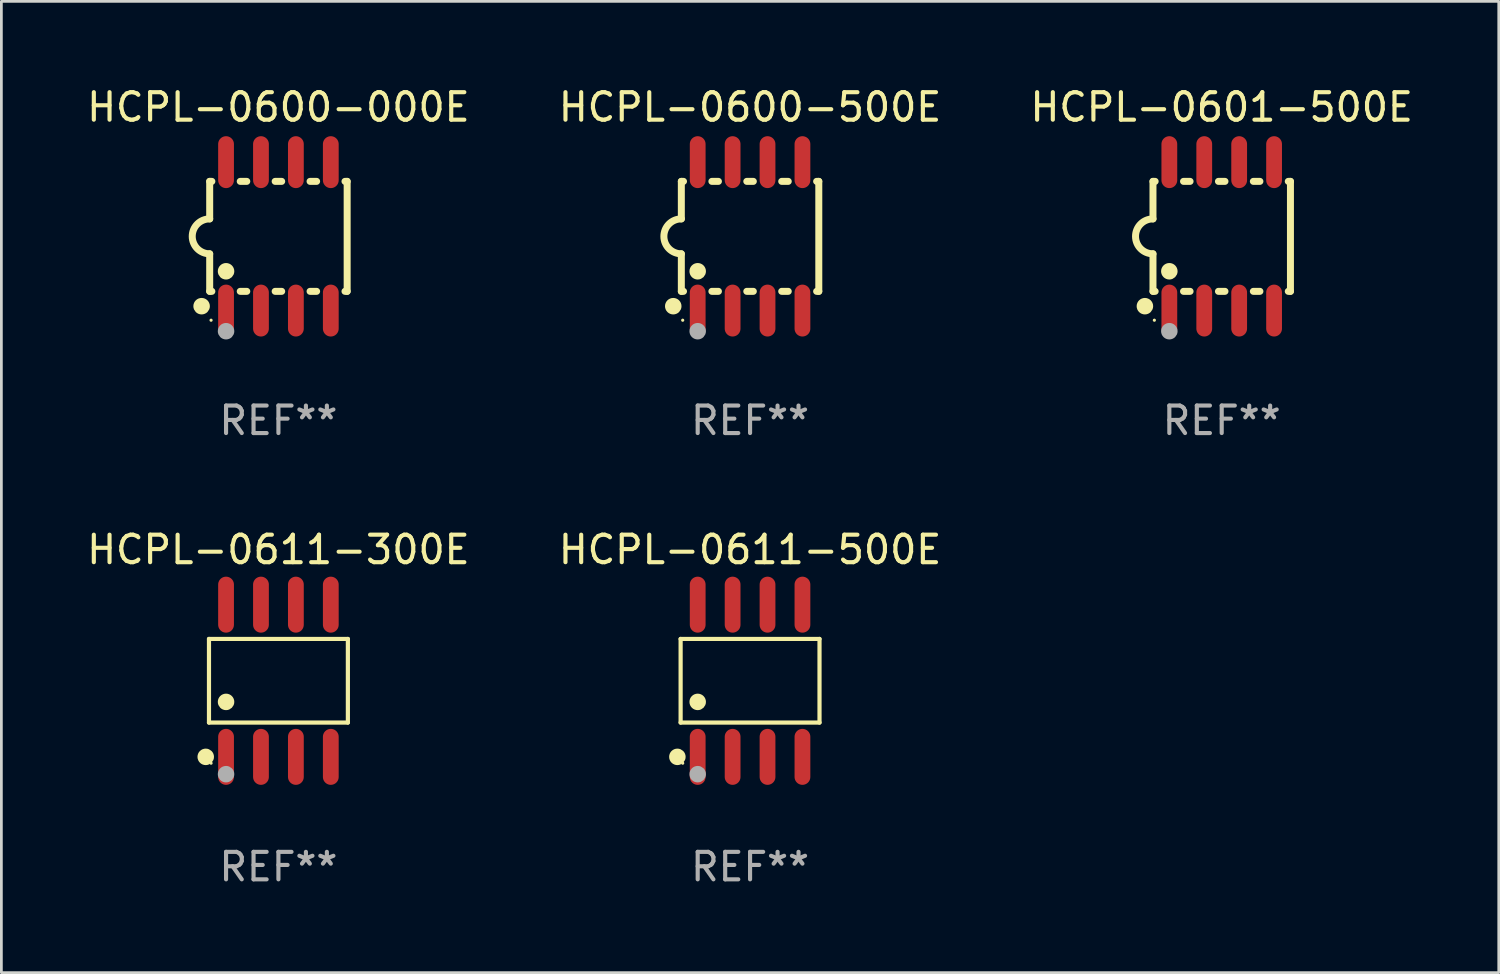
<source format=kicad_pcb>
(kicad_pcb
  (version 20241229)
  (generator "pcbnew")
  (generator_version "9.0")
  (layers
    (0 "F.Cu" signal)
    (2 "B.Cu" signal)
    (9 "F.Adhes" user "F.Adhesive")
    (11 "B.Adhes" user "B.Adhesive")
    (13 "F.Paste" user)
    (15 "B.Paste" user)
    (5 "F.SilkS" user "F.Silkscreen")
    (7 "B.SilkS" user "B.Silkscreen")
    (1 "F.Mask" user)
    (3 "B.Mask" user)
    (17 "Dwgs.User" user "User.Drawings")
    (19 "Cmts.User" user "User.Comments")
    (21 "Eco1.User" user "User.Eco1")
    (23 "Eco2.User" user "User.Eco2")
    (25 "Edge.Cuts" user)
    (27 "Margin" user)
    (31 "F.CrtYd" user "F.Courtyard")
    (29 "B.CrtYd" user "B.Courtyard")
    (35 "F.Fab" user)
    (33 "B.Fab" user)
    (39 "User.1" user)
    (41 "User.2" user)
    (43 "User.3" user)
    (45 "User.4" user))
  (footprint "HCPL-0601-500E"
    (layer "F.Cu")
    (at 41.387 5.547)
    (property "Reference" "HCPL-0601-500E" (at 0 -4.699 0) (layer "F.SilkS") (effects (font (size 1 1) (thickness 0.15))))
    (attr through_hole)
    (fp_line (start -2.5 -2) (end -2.5 -0.635) (stroke (width 0.254) (type solid)) (layer "F.SilkS"))
    (fp_line (start -2.5 -2) (end -2.421 -2) (stroke (width 0.254) (type solid)) (layer "F.SilkS"))
    (fp_line (start -2.5 2) (end -2.5 0.635) (stroke (width 0.254) (type solid)) (layer "F.SilkS"))
    (fp_line (start -2.5 2) (end -2.421 2) (stroke (width 0.254) (type solid)) (layer "F.SilkS"))
    (fp_line (start -1.389 -2) (end -1.151 -2) (stroke (width 0.254) (type solid)) (layer "F.SilkS"))
    (fp_line (start -1.389 2) (end -1.151 2) (stroke (width 0.254) (type solid)) (layer "F.SilkS"))
    (fp_line (start -0.119 -2) (end 0.119 -2) (stroke (width 0.254) (type solid)) (layer "F.SilkS"))
    (fp_line (start -0.119 2) (end 0.119 2) (stroke (width 0.254) (type solid)) (layer "F.SilkS"))
    (fp_line (start 1.151 -2) (end 1.389 -2) (stroke (width 0.254) (type solid)) (layer "F.SilkS"))
    (fp_line (start 1.151 2) (end 1.389 2) (stroke (width 0.254) (type solid)) (layer "F.SilkS"))
    (fp_line (start 2.421 -2) (end 2.5 -2) (stroke (width 0.254) (type solid)) (layer "F.SilkS"))
    (fp_line (start 2.421 2) (end 2.5 2) (stroke (width 0.254) (type solid)) (layer "F.SilkS"))
    (fp_line (start 2.5 -2) (end 2.5 2) (stroke (width 0.254) (type solid)) (layer "F.SilkS"))
    (fp_arc (start -2.5 0.635001) (mid -3.134366 -0.000318) (end -2.499365 -0.635001) (stroke (width 0.254001) (type solid)) (layer "F.SilkS"))
    (fp_circle (center -2.794 2.54) (end -2.644 2.54) (stroke (width 0.3) (type solid)) (fill no) (layer "F.SilkS"))
    (fp_circle (center -2.45 3.05) (end -2.42 3.05) (stroke (width 0.06) (type solid)) (fill no) (layer "F.SilkS"))
    (fp_circle (center -1.905 1.27) (end -1.755 1.27) (stroke (width 0.3) (type solid)) (fill no) (layer "F.SilkS"))
    (fp_circle (center -1.905 3.45) (end -1.755 3.45) (stroke (width 0.3) (type solid)) (fill no) (layer "F.Fab"))
    (fp_text user "REF**" (at 0 6.699 0) (layer "F.Fab") (effects (font (size 1 1) (thickness 0.15))))
    (pad "1" smd oval (at -1.905 2.699) (size 0.574 1.888) (layers "F.Cu" "F.Mask" "F.Paste"))
    (pad "2" smd oval (at -0.635 2.699) (size 0.574 1.888) (layers "F.Cu" "F.Mask" "F.Paste"))
    (pad "3" smd oval (at 0.635 2.699) (size 0.574 1.888) (layers "F.Cu" "F.Mask" "F.Paste"))
    (pad "4" smd oval (at 1.905 2.699) (size 0.574 1.888) (layers "F.Cu" "F.Mask" "F.Paste"))
    (pad "5" smd oval (at 1.905 -2.699) (size 0.574 1.888) (layers "F.Cu" "F.Mask" "F.Paste"))
    (pad "6" smd oval (at 0.635 -2.699) (size 0.574 1.888) (layers "F.Cu" "F.Mask" "F.Paste"))
    (pad "7" smd oval (at -0.635 -2.699) (size 0.574 1.888) (layers "F.Cu" "F.Mask" "F.Paste"))
    (pad "8" smd oval (at -1.905 -2.699) (size 0.574 1.888) (layers "F.Cu" "F.Mask" "F.Paste")))
  (footprint "HCPL-0600-500E"
    (layer "F.Cu")
    (at 24.232 5.547)
    (property "Reference" "HCPL-0600-500E" (at 0 -4.699 0) (layer "F.SilkS") (effects (font (size 1 1) (thickness 0.15))))
    (attr through_hole)
    (fp_line (start -2.5 -2) (end -2.5 -0.635) (stroke (width 0.254) (type solid)) (layer "F.SilkS"))
    (fp_line (start -2.5 -2) (end -2.421 -2) (stroke (width 0.254) (type solid)) (layer "F.SilkS"))
    (fp_line (start -2.5 2) (end -2.5 0.635) (stroke (width 0.254) (type solid)) (layer "F.SilkS"))
    (fp_line (start -2.5 2) (end -2.421 2) (stroke (width 0.254) (type solid)) (layer "F.SilkS"))
    (fp_line (start -1.389 -2) (end -1.151 -2) (stroke (width 0.254) (type solid)) (layer "F.SilkS"))
    (fp_line (start -1.389 2) (end -1.151 2) (stroke (width 0.254) (type solid)) (layer "F.SilkS"))
    (fp_line (start -0.119 -2) (end 0.119 -2) (stroke (width 0.254) (type solid)) (layer "F.SilkS"))
    (fp_line (start -0.119 2) (end 0.119 2) (stroke (width 0.254) (type solid)) (layer "F.SilkS"))
    (fp_line (start 1.151 -2) (end 1.389 -2) (stroke (width 0.254) (type solid)) (layer "F.SilkS"))
    (fp_line (start 1.151 2) (end 1.389 2) (stroke (width 0.254) (type solid)) (layer "F.SilkS"))
    (fp_line (start 2.421 -2) (end 2.5 -2) (stroke (width 0.254) (type solid)) (layer "F.SilkS"))
    (fp_line (start 2.421 2) (end 2.5 2) (stroke (width 0.254) (type solid)) (layer "F.SilkS"))
    (fp_line (start 2.5 -2) (end 2.5 2) (stroke (width 0.254) (type solid)) (layer "F.SilkS"))
    (fp_arc (start -2.5 0.635001) (mid -3.134366 -0.000318) (end -2.499365 -0.635001) (stroke (width 0.254001) (type solid)) (layer "F.SilkS"))
    (fp_circle (center -2.794 2.54) (end -2.644 2.54) (stroke (width 0.3) (type solid)) (fill no) (layer "F.SilkS"))
    (fp_circle (center -2.45 3.05) (end -2.42 3.05) (stroke (width 0.06) (type solid)) (fill no) (layer "F.SilkS"))
    (fp_circle (center -1.905 1.27) (end -1.755 1.27) (stroke (width 0.3) (type solid)) (fill no) (layer "F.SilkS"))
    (fp_circle (center -1.905 3.45) (end -1.755 3.45) (stroke (width 0.3) (type solid)) (fill no) (layer "F.Fab"))
    (fp_text user "REF**" (at 0 6.699 0) (layer "F.Fab") (effects (font (size 1 1) (thickness 0.15))))
    (pad "1" smd oval (at -1.905 2.699) (size 0.574 1.888) (layers "F.Cu" "F.Mask" "F.Paste"))
    (pad "2" smd oval (at -0.635 2.699) (size 0.574 1.888) (layers "F.Cu" "F.Mask" "F.Paste"))
    (pad "3" smd oval (at 0.635 2.699) (size 0.574 1.888) (layers "F.Cu" "F.Mask" "F.Paste"))
    (pad "4" smd oval (at 1.905 2.699) (size 0.574 1.888) (layers "F.Cu" "F.Mask" "F.Paste"))
    (pad "5" smd oval (at 1.905 -2.699) (size 0.574 1.888) (layers "F.Cu" "F.Mask" "F.Paste"))
    (pad "6" smd oval (at 0.635 -2.699) (size 0.574 1.888) (layers "F.Cu" "F.Mask" "F.Paste"))
    (pad "7" smd oval (at -0.635 -2.699) (size 0.574 1.888) (layers "F.Cu" "F.Mask" "F.Paste"))
    (pad "8" smd oval (at -1.905 -2.699) (size 0.574 1.888) (layers "F.Cu" "F.Mask" "F.Paste")))
  (footprint "HCPL-0611-300E"
    (layer "F.Cu")
    (at 7.077 21.711)
    (property "Reference" "HCPL-0611-300E" (at 0 -4.768 0) (layer "F.SilkS") (effects (font (size 1 1) (thickness 0.15))))
    (attr through_hole)
    (fp_line (start -2.526 -1.521) (end 2.526 -1.521) (stroke (width 0.152) (type solid)) (layer "F.SilkS"))
    (fp_line (start -2.526 1.521) (end -2.526 -1.521) (stroke (width 0.152) (type solid)) (layer "F.SilkS"))
    (fp_line (start 2.526 -1.521) (end 2.526 1.521) (stroke (width 0.152) (type solid)) (layer "F.SilkS"))
    (fp_line (start 2.526 1.521) (end -2.526 1.521) (stroke (width 0.152) (type solid)) (layer "F.SilkS"))
    (fp_circle (center -2.644 2.768) (end -2.494 2.768) (stroke (width 0.3) (type solid)) (fill no) (layer "F.SilkS"))
    (fp_circle (center -2.45 2.998) (end -2.42 2.998) (stroke (width 0.06) (type solid)) (fill no) (layer "F.SilkS"))
    (fp_circle (center -1.905 0.769) (end -1.755 0.769) (stroke (width 0.3) (type solid)) (fill no) (layer "F.SilkS"))
    (fp_circle (center -1.905 3.398) (end -1.755 3.398) (stroke (width 0.3) (type solid)) (fill no) (layer "F.Fab"))
    (fp_text user "REF**" (at 0 6.768 0) (layer "F.Fab") (effects (font (size 1 1) (thickness 0.15))))
    (pad "1" smd oval (at -1.905 2.768) (size 0.574 2.036) (layers "F.Cu" "F.Mask" "F.Paste"))
    (pad "2" smd oval (at -0.635 2.768) (size 0.574 2.036) (layers "F.Cu" "F.Mask" "F.Paste"))
    (pad "3" smd oval (at 0.635 2.768) (size 0.574 2.036) (layers "F.Cu" "F.Mask" "F.Paste"))
    (pad "4" smd oval (at 1.905 2.768) (size 0.574 2.036) (layers "F.Cu" "F.Mask" "F.Paste"))
    (pad "5" smd oval (at 1.905 -2.768) (size 0.574 2.036) (layers "F.Cu" "F.Mask" "F.Paste"))
    (pad "6" smd oval (at 0.635 -2.768) (size 0.574 2.036) (layers "F.Cu" "F.Mask" "F.Paste"))
    (pad "7" smd oval (at -0.635 -2.768) (size 0.574 2.036) (layers "F.Cu" "F.Mask" "F.Paste"))
    (pad "8" smd oval (at -1.905 -2.768) (size 0.574 2.036) (layers "F.Cu" "F.Mask" "F.Paste")))
  (footprint "HCPL-0600-000E"
    (layer "F.Cu")
    (at 7.077 5.547)
    (property "Reference" "HCPL-0600-000E" (at 0 -4.699 0) (layer "F.SilkS") (effects (font (size 1 1) (thickness 0.15))))
    (attr through_hole)
    (fp_line (start -2.5 -2) (end -2.5 -0.635) (stroke (width 0.254) (type solid)) (layer "F.SilkS"))
    (fp_line (start -2.5 -2) (end -2.421 -2) (stroke (width 0.254) (type solid)) (layer "F.SilkS"))
    (fp_line (start -2.5 2) (end -2.5 0.635) (stroke (width 0.254) (type solid)) (layer "F.SilkS"))
    (fp_line (start -2.5 2) (end -2.421 2) (stroke (width 0.254) (type solid)) (layer "F.SilkS"))
    (fp_line (start -1.389 -2) (end -1.151 -2) (stroke (width 0.254) (type solid)) (layer "F.SilkS"))
    (fp_line (start -1.389 2) (end -1.151 2) (stroke (width 0.254) (type solid)) (layer "F.SilkS"))
    (fp_line (start -0.119 -2) (end 0.119 -2) (stroke (width 0.254) (type solid)) (layer "F.SilkS"))
    (fp_line (start -0.119 2) (end 0.119 2) (stroke (width 0.254) (type solid)) (layer "F.SilkS"))
    (fp_line (start 1.151 -2) (end 1.389 -2) (stroke (width 0.254) (type solid)) (layer "F.SilkS"))
    (fp_line (start 1.151 2) (end 1.389 2) (stroke (width 0.254) (type solid)) (layer "F.SilkS"))
    (fp_line (start 2.421 -2) (end 2.5 -2) (stroke (width 0.254) (type solid)) (layer "F.SilkS"))
    (fp_line (start 2.421 2) (end 2.5 2) (stroke (width 0.254) (type solid)) (layer "F.SilkS"))
    (fp_line (start 2.5 -2) (end 2.5 2) (stroke (width 0.254) (type solid)) (layer "F.SilkS"))
    (fp_arc (start -2.5 0.635001) (mid -3.134366 -0.000318) (end -2.499365 -0.635001) (stroke (width 0.254001) (type solid)) (layer "F.SilkS"))
    (fp_circle (center -2.794 2.54) (end -2.644 2.54) (stroke (width 0.3) (type solid)) (fill no) (layer "F.SilkS"))
    (fp_circle (center -2.45 3.05) (end -2.42 3.05) (stroke (width 0.06) (type solid)) (fill no) (layer "F.SilkS"))
    (fp_circle (center -1.905 1.27) (end -1.755 1.27) (stroke (width 0.3) (type solid)) (fill no) (layer "F.SilkS"))
    (fp_circle (center -1.905 3.45) (end -1.755 3.45) (stroke (width 0.3) (type solid)) (fill no) (layer "F.Fab"))
    (fp_text user "REF**" (at 0 6.699 0) (layer "F.Fab") (effects (font (size 1 1) (thickness 0.15))))
    (pad "1" smd oval (at -1.905 2.699) (size 0.574 1.888) (layers "F.Cu" "F.Mask" "F.Paste"))
    (pad "2" smd oval (at -0.635 2.699) (size 0.574 1.888) (layers "F.Cu" "F.Mask" "F.Paste"))
    (pad "3" smd oval (at 0.635 2.699) (size 0.574 1.888) (layers "F.Cu" "F.Mask" "F.Paste"))
    (pad "4" smd oval (at 1.905 2.699) (size 0.574 1.888) (layers "F.Cu" "F.Mask" "F.Paste"))
    (pad "5" smd oval (at 1.905 -2.699) (size 0.574 1.888) (layers "F.Cu" "F.Mask" "F.Paste"))
    (pad "6" smd oval (at 0.635 -2.699) (size 0.574 1.888) (layers "F.Cu" "F.Mask" "F.Paste"))
    (pad "7" smd oval (at -0.635 -2.699) (size 0.574 1.888) (layers "F.Cu" "F.Mask" "F.Paste"))
    (pad "8" smd oval (at -1.905 -2.699) (size 0.574 1.888) (layers "F.Cu" "F.Mask" "F.Paste")))
  (footprint "HCPL-0611-500E"
    (layer "F.Cu")
    (at 24.232 21.711)
    (property "Reference" "HCPL-0611-500E" (at 0 -4.768 0) (layer "F.SilkS") (effects (font (size 1 1) (thickness 0.15))))
    (attr through_hole)
    (fp_line (start -2.526 -1.521) (end 2.526 -1.521) (stroke (width 0.152) (type solid)) (layer "F.SilkS"))
    (fp_line (start -2.526 1.521) (end -2.526 -1.521) (stroke (width 0.152) (type solid)) (layer "F.SilkS"))
    (fp_line (start 2.526 -1.521) (end 2.526 1.521) (stroke (width 0.152) (type solid)) (layer "F.SilkS"))
    (fp_line (start 2.526 1.521) (end -2.526 1.521) (stroke (width 0.152) (type solid)) (layer "F.SilkS"))
    (fp_circle (center -2.644 2.768) (end -2.494 2.768) (stroke (width 0.3) (type solid)) (fill no) (layer "F.SilkS"))
    (fp_circle (center -2.45 2.998) (end -2.42 2.998) (stroke (width 0.06) (type solid)) (fill no) (layer "F.SilkS"))
    (fp_circle (center -1.905 0.769) (end -1.755 0.769) (stroke (width 0.3) (type solid)) (fill no) (layer "F.SilkS"))
    (fp_circle (center -1.905 3.398) (end -1.755 3.398) (stroke (width 0.3) (type solid)) (fill no) (layer "F.Fab"))
    (fp_text user "REF**" (at 0 6.768 0) (layer "F.Fab") (effects (font (size 1 1) (thickness 0.15))))
    (pad "1" smd oval (at -1.905 2.768) (size 0.574 2.036) (layers "F.Cu" "F.Mask" "F.Paste"))
    (pad "2" smd oval (at -0.635 2.768) (size 0.574 2.036) (layers "F.Cu" "F.Mask" "F.Paste"))
    (pad "3" smd oval (at 0.635 2.768) (size 0.574 2.036) (layers "F.Cu" "F.Mask" "F.Paste"))
    (pad "4" smd oval (at 1.905 2.768) (size 0.574 2.036) (layers "F.Cu" "F.Mask" "F.Paste"))
    (pad "5" smd oval (at 1.905 -2.768) (size 0.574 2.036) (layers "F.Cu" "F.Mask" "F.Paste"))
    (pad "6" smd oval (at 0.635 -2.768) (size 0.574 2.036) (layers "F.Cu" "F.Mask" "F.Paste"))
    (pad "7" smd oval (at -0.635 -2.768) (size 0.574 2.036) (layers "F.Cu" "F.Mask" "F.Paste"))
    (pad "8" smd oval (at -1.905 -2.768) (size 0.574 2.036) (layers "F.Cu" "F.Mask" "F.Paste")))
  (gr_rect
    (start -3 -3)
    (end 51.464 32.327)
    (stroke (width 0.1) (type default))
    (fill no)
    (layer "Edge.Cuts")))
</source>
